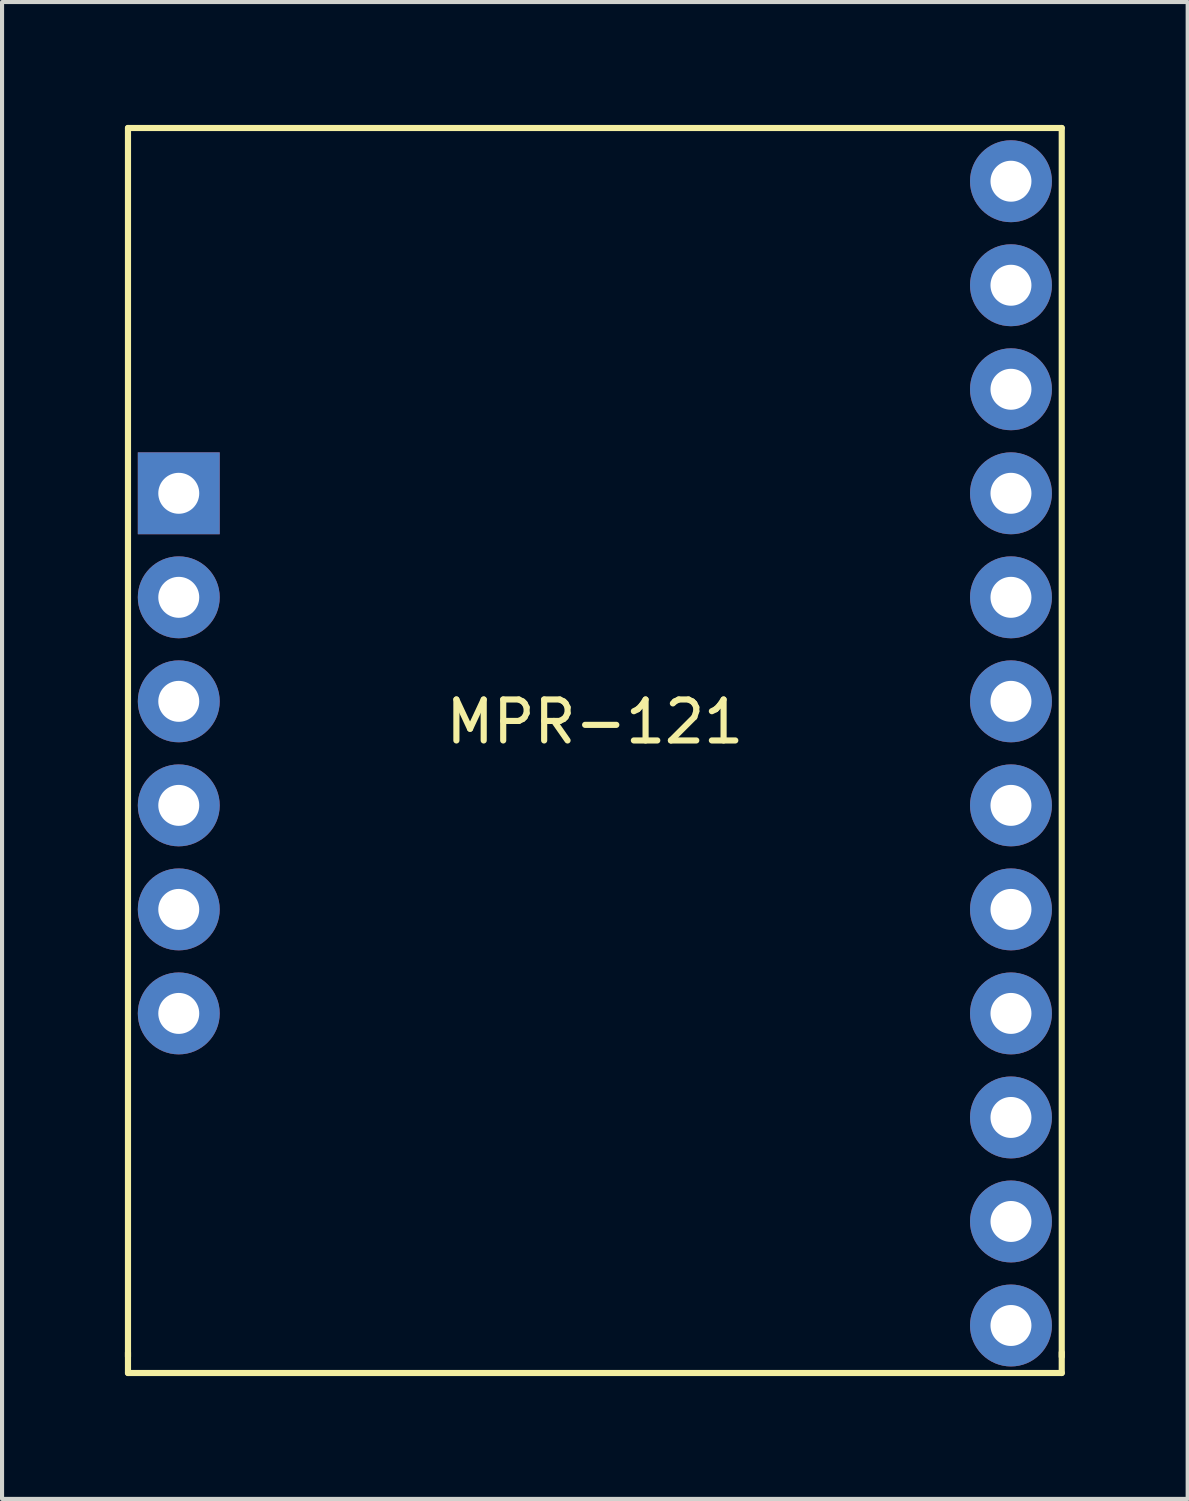
<source format=kicad_pcb>
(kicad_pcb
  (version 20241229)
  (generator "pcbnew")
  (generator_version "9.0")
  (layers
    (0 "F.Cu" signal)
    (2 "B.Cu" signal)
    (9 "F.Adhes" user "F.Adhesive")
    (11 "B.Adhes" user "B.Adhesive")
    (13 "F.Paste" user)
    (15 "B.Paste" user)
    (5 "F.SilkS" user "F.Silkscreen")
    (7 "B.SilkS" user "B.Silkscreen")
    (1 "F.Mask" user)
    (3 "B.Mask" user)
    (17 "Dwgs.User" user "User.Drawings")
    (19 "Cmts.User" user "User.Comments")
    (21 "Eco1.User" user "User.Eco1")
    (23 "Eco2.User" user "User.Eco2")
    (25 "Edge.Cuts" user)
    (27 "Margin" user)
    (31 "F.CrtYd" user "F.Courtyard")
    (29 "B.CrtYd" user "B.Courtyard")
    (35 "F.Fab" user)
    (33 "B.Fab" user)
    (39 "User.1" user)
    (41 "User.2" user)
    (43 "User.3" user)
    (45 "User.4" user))
  (footprint "MPR-121"
    (layer "F.Cu")
    (at 12.475 16.075)
    (property "Reference" "MPR-121" (at -1 -1.5 0) (layer "F.SilkS") (effects (font (size 1 1) (thickness 0.15))))
    (attr through_hole)
    (fp_line (start -12.4 -16) (end -12.4 14) (stroke (width 0.15) (type solid)) (layer "F.SilkS"))
    (fp_line (start -12.4 14.4) (end -12.4 13.9) (stroke (width 0.15) (type solid)) (layer "F.SilkS"))
    (fp_line (start 10.4 -16) (end -12.4 -16) (stroke (width 0.15) (type solid)) (layer "F.SilkS"))
    (fp_line (start 10.4 14) (end 10.4 -16) (stroke (width 0.15) (type solid)) (layer "F.SilkS"))
    (fp_line (start 10.4 14.4) (end -12.4 14.4) (stroke (width 0.15) (type solid)) (layer "F.SilkS"))
    (fp_line (start 10.4 14.4) (end 10.4 13.9) (stroke (width 0.15) (type solid)) (layer "F.SilkS"))
    (pad "1" thru_hole rect (at -11.16 -7.08) (size 2 2) (drill 1) (layers "*.Cu" "*.Mask"))
    (pad "2" thru_hole circle (at -11.16 -4.54) (size 2 2) (drill 1) (layers "*.Cu" "*.Mask"))
    (pad "3" thru_hole circle (at -11.16 -2) (size 2 2) (drill 1) (layers "*.Cu" "*.Mask"))
    (pad "4" thru_hole circle (at -11.16 0.54) (size 2 2) (drill 1) (layers "*.Cu" "*.Mask"))
    (pad "5" thru_hole circle (at -11.16 3.08) (size 2 2) (drill 1) (layers "*.Cu" "*.Mask"))
    (pad "6" thru_hole circle (at -11.16 5.62) (size 2 2) (drill 1) (layers "*.Cu" "*.Mask"))
    (pad "7" thru_hole circle (at 9.16 13.24) (size 2 2) (drill 1) (layers "*.Cu" "*.Mask"))
    (pad "8" thru_hole circle (at 9.16 10.7) (size 2 2) (drill 1) (layers "*.Cu" "*.Mask"))
    (pad "9" thru_hole circle (at 9.16 8.16) (size 2 2) (drill 1) (layers "*.Cu" "*.Mask"))
    (pad "10" thru_hole circle (at 9.16 5.62) (size 2 2) (drill 1) (layers "*.Cu" "*.Mask"))
    (pad "11" thru_hole circle (at 9.16 3.08) (size 2 2) (drill 1) (layers "*.Cu" "*.Mask"))
    (pad "12" thru_hole circle (at 9.16 0.54) (size 2 2) (drill 1) (layers "*.Cu" "*.Mask"))
    (pad "13" thru_hole circle (at 9.16 -2) (size 2 2) (drill 1) (layers "*.Cu" "*.Mask"))
    (pad "14" thru_hole circle (at 9.16 -4.54) (size 2 2) (drill 1) (layers "*.Cu" "*.Mask"))
    (pad "15" thru_hole circle (at 9.16 -7.08) (size 2 2) (drill 1) (layers "*.Cu" "*.Mask"))
    (pad "16" thru_hole circle (at 9.16 -9.62) (size 2 2) (drill 1) (layers "*.Cu" "*.Mask"))
    (pad "17" thru_hole circle (at 9.16 -12.16) (size 2 2) (drill 1) (layers "*.Cu" "*.Mask"))
    (pad "18" thru_hole circle (at 9.16 -14.7) (size 2 2) (drill 1) (layers "*.Cu" "*.Mask")))
  (gr_rect
    (start -3 -3)
    (end 25.95 33.55)
    (stroke (width 0.1) (type default))
    (fill no)
    (layer "Edge.Cuts")))
</source>
